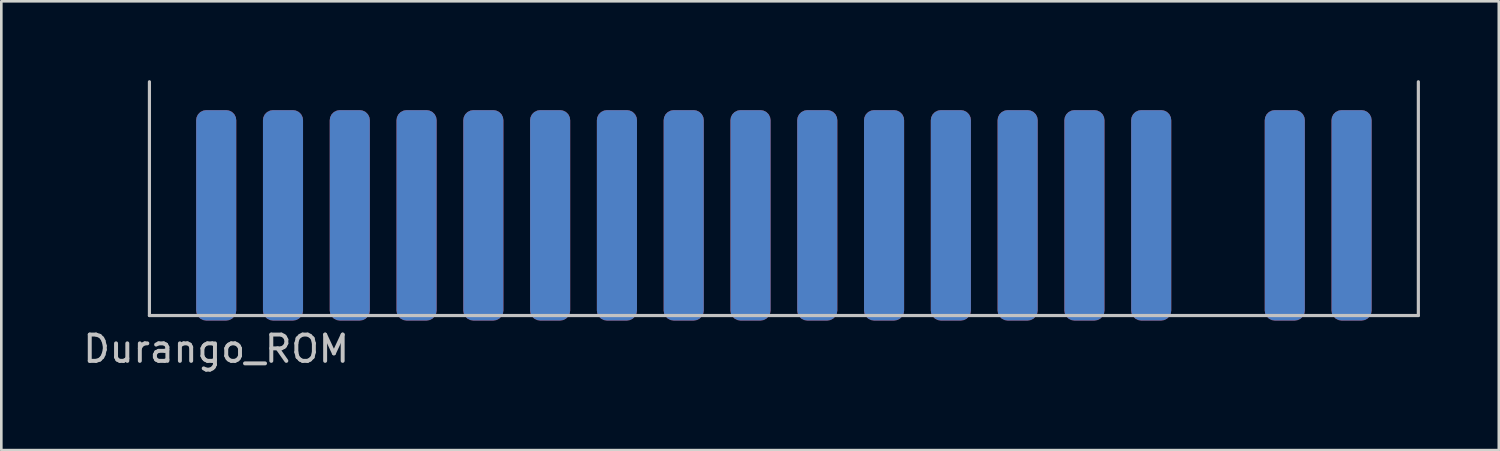
<source format=kicad_pcb>
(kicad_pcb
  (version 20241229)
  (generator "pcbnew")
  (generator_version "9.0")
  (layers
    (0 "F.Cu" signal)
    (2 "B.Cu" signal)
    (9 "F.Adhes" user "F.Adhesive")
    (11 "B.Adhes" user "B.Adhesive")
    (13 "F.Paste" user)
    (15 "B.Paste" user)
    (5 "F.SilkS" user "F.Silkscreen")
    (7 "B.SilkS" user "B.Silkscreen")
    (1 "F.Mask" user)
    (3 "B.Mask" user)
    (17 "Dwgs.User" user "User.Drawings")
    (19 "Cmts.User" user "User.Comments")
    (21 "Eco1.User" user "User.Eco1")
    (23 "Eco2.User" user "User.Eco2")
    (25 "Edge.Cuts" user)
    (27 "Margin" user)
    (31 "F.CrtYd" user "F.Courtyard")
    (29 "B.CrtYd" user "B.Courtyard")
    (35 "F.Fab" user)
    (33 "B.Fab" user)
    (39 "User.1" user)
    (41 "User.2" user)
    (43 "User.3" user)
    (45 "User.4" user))
  (footprint "Durango_ROM"
    (layer "F.Cu")
    (at 2.633 8.95)
    (property "Reference" "Durango_ROM" (at 2.54 1.27 0) (layer "Dwgs.User") (effects (font (size 1 1) (thickness 0.15))))
    (attr through_hole)
    (fp_poly (pts (xy 0 0) (xy 48.26 0) (xy 48.26 -7.62) (xy 0 -7.62)) (stroke (width 0.1) (type solid)) (fill yes) (layer "F.Mask"))
    (fp_poly (pts (xy 0 0) (xy 48.26 0) (xy 48.26 -7.62) (xy 0 -7.62)) (stroke (width 0.1) (type solid)) (fill yes) (layer "B.Mask"))
    (fp_line (start 0 -8.89) (end 0 0) (stroke (width 0.12) (type solid)) (layer "Dwgs.User"))
    (fp_line (start 0 0) (end 48.26 0) (stroke (width 0.12) (type solid)) (layer "Dwgs.User"))
    (fp_line (start 48.26 0) (end 48.26 -8.89) (stroke (width 0.12) (type solid)) (layer "Dwgs.User"))
    (pad "1" smd roundrect (at 45.72 -3.81) (size 1.524 8) (layers "F.Cu" "F.Mask" "F.Paste") (roundrect_rratio 0.25))
    (pad "2" smd roundrect (at 45.72 -3.81) (size 1.524 8) (layers "B.Cu" "B.Mask" "B.Paste") (roundrect_rratio 0.25))
    (pad "3" smd roundrect (at 43.18 -3.81) (size 1.524 8) (layers "F.Cu" "F.Mask" "F.Paste") (roundrect_rratio 0.25))
    (pad "4" smd roundrect (at 43.18 -3.81) (size 1.524 8) (layers "B.Cu" "B.Mask" "B.Paste") (roundrect_rratio 0.25))
    (pad "7" smd roundrect (at 38.1 -3.81) (size 1.524 8) (layers "F.Cu" "F.Mask" "F.Paste") (roundrect_rratio 0.25))
    (pad "8" smd roundrect (at 38.1 -3.81) (size 1.524 8) (layers "B.Cu" "B.Mask" "B.Paste") (roundrect_rratio 0.25))
    (pad "9" smd roundrect (at 35.56 -3.81) (size 1.524 8) (layers "F.Cu" "F.Mask" "F.Paste") (roundrect_rratio 0.25))
    (pad "10" smd roundrect (at 35.56 -3.81) (size 1.524 8) (layers "B.Cu" "B.Mask" "B.Paste") (roundrect_rratio 0.25))
    (pad "11" smd roundrect (at 33.02 -3.81) (size 1.524 8) (layers "F.Cu" "F.Mask" "F.Paste") (roundrect_rratio 0.25))
    (pad "12" smd roundrect (at 33.02 -3.81) (size 1.524 8) (layers "B.Cu" "B.Mask" "B.Paste") (roundrect_rratio 0.25))
    (pad "13" smd roundrect (at 30.48 -3.81) (size 1.524 8) (layers "F.Cu" "F.Mask" "F.Paste") (roundrect_rratio 0.25))
    (pad "14" smd roundrect (at 30.48 -3.81) (size 1.524 8) (layers "B.Cu" "B.Mask" "B.Paste") (roundrect_rratio 0.25))
    (pad "15" smd roundrect (at 27.94 -3.81) (size 1.524 8) (layers "F.Cu" "F.Mask" "F.Paste") (roundrect_rratio 0.25))
    (pad "16" smd roundrect (at 27.94 -3.81) (size 1.524 8) (layers "B.Cu" "B.Mask" "B.Paste") (roundrect_rratio 0.25))
    (pad "17" smd roundrect (at 25.4 -3.81) (size 1.524 8) (layers "F.Cu" "F.Mask" "F.Paste") (roundrect_rratio 0.25))
    (pad "18" smd roundrect (at 25.4 -3.81) (size 1.524 8) (layers "B.Cu" "B.Mask" "B.Paste") (roundrect_rratio 0.25))
    (pad "19" smd roundrect (at 22.86 -3.81) (size 1.524 8) (layers "F.Cu" "F.Mask" "F.Paste") (roundrect_rratio 0.25))
    (pad "20" smd roundrect (at 22.86 -3.81) (size 1.524 8) (layers "B.Cu" "B.Mask" "B.Paste") (roundrect_rratio 0.25))
    (pad "21" smd roundrect (at 20.32 -3.81) (size 1.524 8) (layers "F.Cu" "F.Mask" "F.Paste") (roundrect_rratio 0.25))
    (pad "22" smd roundrect (at 20.32 -3.81) (size 1.524 8) (layers "B.Cu" "B.Mask" "B.Paste") (roundrect_rratio 0.25))
    (pad "23" smd roundrect (at 17.78 -3.81) (size 1.524 8) (layers "F.Cu" "F.Mask" "F.Paste") (roundrect_rratio 0.25))
    (pad "24" smd roundrect (at 17.78 -3.81) (size 1.524 8) (layers "B.Cu" "B.Mask" "B.Paste") (roundrect_rratio 0.25))
    (pad "25" smd roundrect (at 15.24 -3.81) (size 1.524 8) (layers "F.Cu" "F.Mask" "F.Paste") (roundrect_rratio 0.25))
    (pad "26" smd roundrect (at 15.24 -3.81) (size 1.524 8) (layers "B.Cu" "B.Mask" "B.Paste") (roundrect_rratio 0.25))
    (pad "27" smd roundrect (at 12.7 -3.81) (size 1.524 8) (layers "F.Cu" "F.Mask" "F.Paste") (roundrect_rratio 0.25))
    (pad "28" smd roundrect (at 12.7 -3.81) (size 1.524 8) (layers "B.Cu" "B.Mask" "B.Paste") (roundrect_rratio 0.25))
    (pad "29" smd roundrect (at 10.16 -3.81) (size 1.524 8) (layers "F.Cu" "F.Mask" "F.Paste") (roundrect_rratio 0.25))
    (pad "30" smd roundrect (at 10.16 -3.81) (size 1.524 8) (layers "B.Cu" "B.Mask" "B.Paste") (roundrect_rratio 0.25))
    (pad "31" smd roundrect (at 7.62 -3.81) (size 1.524 8) (layers "F.Cu" "F.Mask" "F.Paste") (roundrect_rratio 0.25))
    (pad "32" smd roundrect (at 7.62 -3.81) (size 1.524 8) (layers "B.Cu" "B.Mask" "B.Paste") (roundrect_rratio 0.25))
    (pad "33" smd roundrect (at 5.08 -3.81) (size 1.524 8) (layers "F.Cu" "F.Mask" "F.Paste") (roundrect_rratio 0.25))
    (pad "34" smd roundrect (at 5.08 -3.81) (size 1.524 8) (layers "B.Cu" "B.Mask" "B.Paste") (roundrect_rratio 0.25))
    (pad "35" smd roundrect (at 2.54 -3.81) (size 1.524 8) (layers "F.Cu" "F.Mask" "F.Paste") (roundrect_rratio 0.25))
    (pad "36" smd roundrect (at 2.54 -3.81) (size 1.524 8) (layers "B.Cu" "B.Mask" "B.Paste") (roundrect_rratio 0.25)))
  (gr_rect
    (start -3 -3)
    (end 53.953 14.068)
    (stroke (width 0.1) (type default))
    (fill no)
    (layer "Edge.Cuts")))
</source>
